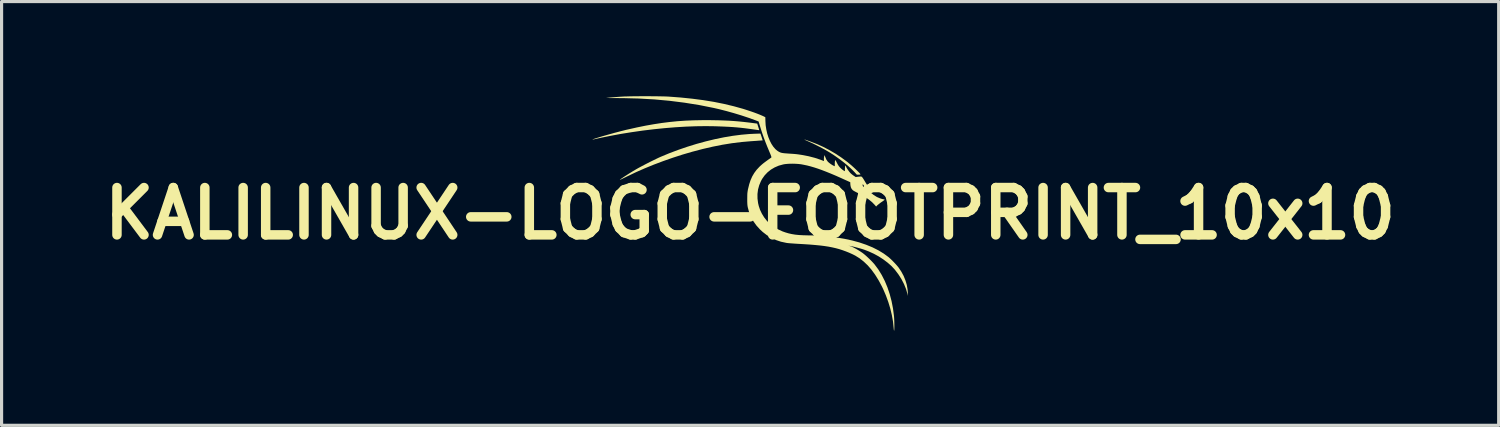
<source format=kicad_pcb>
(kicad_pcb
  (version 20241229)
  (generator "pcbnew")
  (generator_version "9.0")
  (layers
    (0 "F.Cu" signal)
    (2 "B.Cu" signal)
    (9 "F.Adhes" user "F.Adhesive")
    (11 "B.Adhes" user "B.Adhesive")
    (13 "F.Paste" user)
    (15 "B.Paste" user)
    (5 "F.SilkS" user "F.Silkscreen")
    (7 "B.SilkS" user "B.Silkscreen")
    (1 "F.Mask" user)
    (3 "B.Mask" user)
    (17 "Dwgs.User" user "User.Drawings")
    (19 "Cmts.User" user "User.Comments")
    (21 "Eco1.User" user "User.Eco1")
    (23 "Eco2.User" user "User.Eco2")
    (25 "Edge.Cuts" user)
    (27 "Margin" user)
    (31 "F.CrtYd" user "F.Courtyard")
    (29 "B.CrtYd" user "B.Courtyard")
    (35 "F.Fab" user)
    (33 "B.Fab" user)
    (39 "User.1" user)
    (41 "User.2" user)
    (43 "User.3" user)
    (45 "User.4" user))
  (footprint "KALILINUX-LOGO-FOOTPRINT_10x10"
    (layer "F.Cu")
    (at 20.729 3.717)
    (property "Reference" "KALILINUX-LOGO-FOOTPRINT_10x10" (at 0 0 0) (layer "F.SilkS") (effects (font (size 1.5 1.5) (thickness 0.3))))
    (attr board_only exclude_from_pos_files exclude_from_bom)
    (fp_poly (pts (xy 1.735 -2.341) (xy 1.766 -2.332) (xy 1.81 -2.317) (xy 1.862 -2.298) (xy 1.921 -2.277) (xy 1.983 -2.253) (xy 2.046 -2.229) (xy 2.106 -2.205) (xy 2.125 -2.198) (xy 2.317 -2.111) (xy 2.513 -2.009) (xy 2.706 -1.896) (xy 2.893 -1.772) (xy 3.068 -1.643) (xy 3.186 -1.546) (xy 3.234 -1.504) (xy 3.284 -1.459) (xy 3.333 -1.413) (xy 3.379 -1.369) (xy 3.421 -1.328) (xy 3.456 -1.293) (xy 3.481 -1.266) (xy 3.495 -1.248) (xy 3.497 -1.243) (xy 3.488 -1.235) (xy 3.461 -1.231) (xy 3.439 -1.231) (xy 3.381 -1.231) (xy 3.31 -1.31) (xy 3.229 -1.392) (xy 3.134 -1.481) (xy 3.027 -1.572) (xy 2.91 -1.665) (xy 2.787 -1.756) (xy 2.661 -1.844) (xy 2.534 -1.926) (xy 2.486 -1.955) (xy 2.404 -2.003) (xy 2.31 -2.055) (xy 2.207 -2.109) (xy 2.101 -2.163) (xy 1.998 -2.214) (xy 1.902 -2.258) (xy 1.837 -2.287) (xy 1.792 -2.307) (xy 1.755 -2.324) (xy 1.73 -2.336) (xy 1.719 -2.343) (xy 1.72 -2.344)) (stroke (width 0) (type solid)) (fill yes) (layer "F.SilkS"))
    (fp_poly (pts (xy 0.363 -2.425) (xy 0.398 -2.317) (xy 0.329 -2.312) (xy 0.298 -2.31) (xy 0.252 -2.307) (xy 0.195 -2.302) (xy 0.13 -2.298) (xy 0.061 -2.293) (xy 0.031 -2.291) (xy -0.271 -2.265) (xy -0.573 -2.228) (xy -0.876 -2.179) (xy -1.184 -2.118) (xy -1.5 -2.045) (xy -1.827 -1.959) (xy -1.831 -1.958) (xy -2.136 -1.869) (xy -2.443 -1.77) (xy -2.749 -1.663) (xy -3.049 -1.55) (xy -3.341 -1.431) (xy -3.621 -1.308) (xy -3.884 -1.182) (xy -3.895 -1.177) (xy -3.958 -1.146) (xy -4.014 -1.119) (xy -4.062 -1.095) (xy -4.099 -1.078) (xy -4.123 -1.067) (xy -4.132 -1.063) (xy -4.132 -1.063) (xy -4.124 -1.073) (xy -4.102 -1.091) (xy -4.066 -1.116) (xy -4.021 -1.147) (xy -3.967 -1.183) (xy -3.906 -1.222) (xy -3.842 -1.263) (xy -3.775 -1.304) (xy -3.709 -1.345) (xy -3.644 -1.383) (xy -3.605 -1.406) (xy -3.536 -1.445) (xy -3.454 -1.489) (xy -3.363 -1.537) (xy -3.266 -1.587) (xy -3.168 -1.637) (xy -3.072 -1.684) (xy -2.982 -1.728) (xy -2.903 -1.766) (xy -2.843 -1.793) (xy -2.565 -1.909) (xy -2.28 -2.016) (xy -1.991 -2.115) (xy -1.7 -2.205) (xy -1.408 -2.285) (xy -1.118 -2.355) (xy -0.832 -2.414) (xy -0.553 -2.461) (xy -0.282 -2.496) (xy -0.022 -2.519) (xy 0.142 -2.527) (xy 0.327 -2.533)) (stroke (width 0) (type solid)) (fill yes) (layer "F.SilkS"))
    (fp_poly (pts (xy -1.249 -2.958) (xy -1.202 -2.957) (xy -1.013 -2.954) (xy -0.839 -2.948) (xy -0.676 -2.941) (xy -0.519 -2.931) (xy -0.363 -2.918) (xy -0.206 -2.902) (xy -0.041 -2.883) (xy 0.056 -2.871) (xy 0.224 -2.849) (xy 0.257 -2.746) (xy 0.27 -2.704) (xy 0.28 -2.67) (xy 0.287 -2.648) (xy 0.289 -2.641) (xy 0.279 -2.641) (xy 0.253 -2.645) (xy 0.214 -2.65) (xy 0.164 -2.657) (xy 0.106 -2.665) (xy 0.093 -2.667) (xy -0.046 -2.686) (xy -0.175 -2.703) (xy -0.3 -2.717) (xy -0.424 -2.729) (xy -0.55 -2.739) (xy -0.682 -2.747) (xy -0.824 -2.754) (xy -0.978 -2.76) (xy -1.111 -2.765) (xy -1.406 -2.769) (xy -1.716 -2.765) (xy -2.038 -2.753) (xy -2.37 -2.733) (xy -2.709 -2.705) (xy -3.054 -2.67) (xy -3.401 -2.628) (xy -3.748 -2.578) (xy -4.093 -2.523) (xy -4.432 -2.46) (xy -4.714 -2.403) (xy -4.779 -2.389) (xy -4.84 -2.375) (xy -4.894 -2.363) (xy -4.936 -2.354) (xy -4.964 -2.347) (xy -4.972 -2.345) (xy -4.991 -2.341) (xy -4.997 -2.342) (xy -4.996 -2.344) (xy -4.981 -2.352) (xy -4.948 -2.365) (xy -4.901 -2.381) (xy -4.84 -2.4) (xy -4.768 -2.422) (xy -4.687 -2.447) (xy -4.598 -2.472) (xy -4.504 -2.499) (xy -4.406 -2.526) (xy -4.307 -2.554) (xy -4.207 -2.58) (xy -4.11 -2.606) (xy -4.017 -2.629) (xy -3.931 -2.651) (xy -3.867 -2.665) (xy -3.582 -2.729) (xy -3.311 -2.784) (xy -3.051 -2.83) (xy -2.798 -2.869) (xy -2.549 -2.9) (xy -2.301 -2.925) (xy -2.05 -2.942) (xy -1.793 -2.953) (xy -1.528 -2.958)) (stroke (width 0) (type solid)) (fill yes) (layer "F.SilkS"))
    (fp_poly (pts (xy -3.204 -3.717) (xy -3.08 -3.716) (xy -2.962 -3.715) (xy -2.853 -3.713) (xy -2.754 -3.711) (xy -2.668 -3.709) (xy -2.599 -3.705) (xy -2.589 -3.705) (xy -2.203 -3.676) (xy -1.834 -3.638) (xy -1.482 -3.592) (xy -1.145 -3.537) (xy -0.823 -3.472) (xy -0.515 -3.398) (xy -0.221 -3.316) (xy -0.081 -3.271) (xy 0.024 -3.236) (xy 0.125 -3.201) (xy 0.219 -3.166) (xy 0.303 -3.133) (xy 0.376 -3.102) (xy 0.433 -3.076) (xy 0.443 -3.071) (xy 0.481 -3.051) (xy 0.484 -2.925) (xy 0.492 -2.794) (xy 0.512 -2.664) (xy 0.54 -2.538) (xy 0.578 -2.418) (xy 0.624 -2.306) (xy 0.676 -2.204) (xy 0.735 -2.115) (xy 0.799 -2.041) (xy 0.854 -1.994) (xy 0.89 -1.969) (xy 0.923 -1.95) (xy 0.956 -1.935) (xy 0.994 -1.923) (xy 1.038 -1.915) (xy 1.094 -1.908) (xy 1.164 -1.903) (xy 1.216 -1.899) (xy 1.293 -1.894) (xy 1.354 -1.89) (xy 1.405 -1.886) (xy 1.45 -1.882) (xy 1.493 -1.877) (xy 1.538 -1.871) (xy 1.591 -1.863) (xy 1.655 -1.853) (xy 1.674 -1.85) (xy 1.859 -1.813) (xy 2.048 -1.764) (xy 2.232 -1.703) (xy 2.332 -1.664) (xy 2.338 -1.667) (xy 2.34 -1.685) (xy 2.338 -1.711) (xy 2.338 -1.758) (xy 2.345 -1.802) (xy 2.347 -1.807) (xy 2.36 -1.851) (xy 2.378 -1.798) (xy 2.412 -1.716) (xy 2.456 -1.65) (xy 2.473 -1.632) (xy 2.508 -1.602) (xy 2.551 -1.57) (xy 2.596 -1.54) (xy 2.637 -1.517) (xy 2.649 -1.512) (xy 2.683 -1.497) (xy 2.683 -1.577) (xy 2.684 -1.617) (xy 2.688 -1.653) (xy 2.692 -1.677) (xy 2.693 -1.679) (xy 2.698 -1.688) (xy 2.704 -1.689) (xy 2.712 -1.679) (xy 2.724 -1.657) (xy 2.743 -1.62) (xy 2.75 -1.606) (xy 2.779 -1.551) (xy 2.807 -1.507) (xy 2.839 -1.468) (xy 2.861 -1.445) (xy 2.895 -1.413) (xy 2.929 -1.385) (xy 2.957 -1.365) (xy 2.965 -1.36) (xy 3.004 -1.34) (xy 3.004 -1.415) (xy 3.006 -1.454) (xy 3.01 -1.487) (xy 3.015 -1.507) (xy 3.015 -1.508) (xy 3.023 -1.518) (xy 3.029 -1.515) (xy 3.037 -1.495) (xy 3.038 -1.491) (xy 3.054 -1.454) (xy 3.081 -1.409) (xy 3.114 -1.361) (xy 3.149 -1.315) (xy 3.183 -1.277) (xy 3.191 -1.269) (xy 3.227 -1.238) (xy 3.268 -1.207) (xy 3.293 -1.19) (xy 3.346 -1.155) (xy 3.425 -1.165) (xy 3.465 -1.169) (xy 3.5 -1.171) (xy 3.524 -1.17) (xy 3.527 -1.169) (xy 3.54 -1.161) (xy 3.557 -1.143) (xy 3.579 -1.112) (xy 3.607 -1.067) (xy 3.627 -1.033) (xy 3.658 -0.982) (xy 3.689 -0.932) (xy 3.718 -0.887) (xy 3.742 -0.853) (xy 3.747 -0.845) (xy 3.778 -0.803) (xy 3.797 -0.773) (xy 3.804 -0.751) (xy 3.802 -0.735) (xy 3.79 -0.723) (xy 3.79 -0.723) (xy 3.779 -0.714) (xy 3.777 -0.705) (xy 3.785 -0.694) (xy 3.805 -0.675) (xy 3.816 -0.665) (xy 3.917 -0.585) (xy 4.017 -0.523) (xy 4.112 -0.482) (xy 4.155 -0.468) (xy 4.193 -0.457) (xy 4.222 -0.451) (xy 4.232 -0.449) (xy 4.255 -0.447) (xy 4.261 -0.438) (xy 4.25 -0.423) (xy 4.221 -0.401) (xy 4.213 -0.395) (xy 4.171 -0.367) (xy 4.126 -0.335) (xy 4.084 -0.302) (xy 4.047 -0.273) (xy 4.02 -0.249) (xy 4.012 -0.24) (xy 3.994 -0.22) (xy 3.945 -0.276) (xy 3.865 -0.358) (xy 3.768 -0.438) (xy 3.657 -0.515) (xy 3.535 -0.588) (xy 3.434 -0.64) (xy 3.382 -0.665) (xy 3.334 -0.69) (xy 3.294 -0.712) (xy 3.265 -0.73) (xy 3.255 -0.737) (xy 3.217 -0.78) (xy 3.192 -0.833) (xy 3.179 -0.897) (xy 3.566 -0.897) (xy 3.569 -0.877) (xy 3.58 -0.856) (xy 3.603 -0.832) (xy 3.617 -0.819) (xy 3.647 -0.791) (xy 3.665 -0.776) (xy 3.672 -0.773) (xy 3.669 -0.781) (xy 3.667 -0.784) (xy 3.647 -0.817) (xy 3.625 -0.852) (xy 3.603 -0.884) (xy 3.585 -0.91) (xy 3.574 -0.925) (xy 3.571 -0.928) (xy 3.567 -0.92) (xy 3.566 -0.899) (xy 3.566 -0.897) (xy 3.179 -0.897) (xy 3.179 -0.899) (xy 3.177 -0.918) (xy 3.173 -0.992) (xy 3.088 -1.03) (xy 2.898 -1.116) (xy 2.723 -1.194) (xy 2.562 -1.262) (xy 2.414 -1.322) (xy 2.276 -1.375) (xy 2.148 -1.421) (xy 2.028 -1.46) (xy 1.915 -1.493) (xy 1.807 -1.521) (xy 1.702 -1.543) (xy 1.612 -1.56) (xy 1.535 -1.569) (xy 1.448 -1.575) (xy 1.356 -1.578) (xy 1.263 -1.577) (xy 1.175 -1.572) (xy 1.098 -1.564) (xy 1.049 -1.555) (xy 0.907 -1.516) (xy 0.777 -1.46) (xy 0.658 -1.39) (xy 0.553 -1.306) (xy 0.46 -1.208) (xy 0.381 -1.097) (xy 0.343 -1.028) (xy 0.288 -0.897) (xy 0.25 -0.76) (xy 0.232 -0.618) (xy 0.233 -0.474) (xy 0.252 -0.327) (xy 0.274 -0.234) (xy 0.315 -0.113) (xy 0.373 0.008) (xy 0.443 0.122) (xy 0.525 0.227) (xy 0.613 0.318) (xy 0.632 0.334) (xy 0.754 0.426) (xy 0.884 0.503) (xy 1.026 0.568) (xy 1.119 0.601) (xy 1.218 0.63) (xy 1.32 0.653) (xy 1.429 0.671) (xy 1.548 0.683) (xy 1.679 0.69) (xy 1.825 0.694) (xy 1.851 0.694) (xy 1.974 0.696) (xy 2.111 0.702) (xy 2.258 0.712) (xy 2.41 0.726) (xy 2.563 0.741) (xy 2.711 0.76) (xy 2.851 0.78) (xy 2.977 0.801) (xy 2.983 0.802) (xy 3.23 0.855) (xy 3.462 0.918) (xy 3.679 0.992) (xy 3.881 1.075) (xy 4.067 1.169) (xy 4.236 1.272) (xy 4.388 1.384) (xy 4.43 1.421) (xy 4.481 1.469) (xy 4.535 1.523) (xy 4.589 1.579) (xy 4.639 1.634) (xy 4.681 1.683) (xy 4.702 1.709) (xy 4.79 1.84) (xy 4.864 1.977) (xy 4.922 2.119) (xy 4.965 2.262) (xy 4.99 2.404) (xy 4.997 2.496) (xy 5.001 2.613) (xy 4.986 2.55) (xy 4.942 2.396) (xy 4.879 2.242) (xy 4.8 2.088) (xy 4.706 1.939) (xy 4.599 1.797) (xy 4.584 1.778) (xy 4.48 1.666) (xy 4.358 1.559) (xy 4.223 1.457) (xy 4.077 1.362) (xy 3.921 1.277) (xy 3.759 1.203) (xy 3.618 1.149) (xy 3.57 1.133) (xy 3.514 1.116) (xy 3.454 1.099) (xy 3.392 1.082) (xy 3.332 1.066) (xy 3.277 1.052) (xy 3.228 1.041) (xy 3.19 1.033) (xy 3.166 1.029) (xy 3.158 1.03) (xy 3.16 1.035) (xy 3.164 1.036) (xy 3.189 1.041) (xy 3.226 1.056) (xy 3.274 1.078) (xy 3.329 1.107) (xy 3.388 1.14) (xy 3.449 1.176) (xy 3.508 1.214) (xy 3.562 1.251) (xy 3.585 1.268) (xy 3.627 1.302) (xy 3.679 1.347) (xy 3.735 1.399) (xy 3.793 1.454) (xy 3.849 1.51) (xy 3.898 1.562) (xy 3.937 1.606) (xy 3.942 1.612) (xy 4.062 1.773) (xy 4.171 1.95) (xy 4.268 2.14) (xy 4.352 2.342) (xy 4.424 2.556) (xy 4.483 2.779) (xy 4.528 3.01) (xy 4.559 3.248) (xy 4.562 3.282) (xy 4.565 3.331) (xy 4.568 3.387) (xy 4.57 3.448) (xy 4.571 3.509) (xy 4.572 3.568) (xy 4.571 3.621) (xy 4.57 3.665) (xy 4.568 3.697) (xy 4.565 3.715) (xy 4.564 3.716) (xy 4.56 3.71) (xy 4.555 3.687) (xy 4.551 3.653) (xy 4.549 3.627) (xy 4.529 3.43) (xy 4.493 3.225) (xy 4.443 3.016) (xy 4.379 2.806) (xy 4.303 2.598) (xy 4.216 2.395) (xy 4.175 2.311) (xy 4.071 2.117) (xy 3.962 1.942) (xy 3.848 1.785) (xy 3.728 1.646) (xy 3.602 1.526) (xy 3.47 1.422) (xy 3.332 1.336) (xy 3.243 1.291) (xy 3.136 1.243) (xy 3.031 1.201) (xy 2.926 1.163) (xy 2.821 1.129) (xy 2.713 1.1) (xy 2.599 1.074) (xy 2.479 1.051) (xy 2.349 1.031) (xy 2.253 1.019) (xy 3.129 1.019) (xy 3.131 1.025) (xy 3.136 1.026) (xy 3.144 1.022) (xy 3.142 1.019) (xy 3.131 1.018) (xy 3.129 1.019) (xy 2.253 1.019) (xy 2.209 1.014) (xy 2.056 0.999) (xy 1.889 0.985) (xy 1.705 0.973) (xy 1.602 0.967) (xy 1.515 0.962) (xy 1.431 0.957) (xy 1.352 0.951) (xy 1.281 0.946) (xy 1.221 0.941) (xy 1.175 0.936) (xy 1.148 0.932) (xy 0.977 0.895) (xy 0.818 0.842) (xy 0.669 0.773) (xy 0.529 0.687) (xy 0.397 0.585) (xy 0.312 0.506) (xy 0.199 0.381) (xy 0.104 0.249) (xy 0.027 0.109) (xy -0.033 -0.039) (xy -0.075 -0.195) (xy -0.082 -0.233) (xy -0.087 -0.274) (xy -0.09 -0.322) (xy -0.092 -0.381) (xy -0.092 -0.455) (xy -0.092 -0.469) (xy -0.091 -0.54) (xy -0.09 -0.596) (xy -0.088 -0.641) (xy -0.083 -0.682) (xy -0.077 -0.722) (xy -0.069 -0.767) (xy -0.065 -0.782) (xy -0.029 -0.928) (xy 0.014 -1.058) (xy 0.066 -1.175) (xy 0.129 -1.282) (xy 0.203 -1.382) (xy 0.291 -1.477) (xy 0.306 -1.492) (xy 0.341 -1.524) (xy 0.377 -1.556) (xy 0.417 -1.589) (xy 0.463 -1.624) (xy 0.517 -1.664) (xy 0.583 -1.712) (xy 0.662 -1.767) (xy 0.67 -1.773) (xy 0.674 -1.779) (xy 0.673 -1.791) (xy 0.668 -1.812) (xy 0.657 -1.842) (xy 0.64 -1.886) (xy 0.615 -1.944) (xy 0.607 -1.964) (xy 0.54 -2.124) (xy 0.481 -2.274) (xy 0.427 -2.418) (xy 0.377 -2.563) (xy 0.329 -2.714) (xy 0.281 -2.872) (xy 0.269 -2.915) (xy 0.171 -2.953) (xy -0.044 -3.031) (xy -0.273 -3.107) (xy -0.51 -3.179) (xy -0.749 -3.246) (xy -0.983 -3.306) (xy -1.153 -3.345) (xy -1.614 -3.437) (xy -2.082 -3.512) (xy -2.557 -3.572) (xy -3.04 -3.616) (xy -3.534 -3.644) (xy -4.037 -3.657) (xy -4.139 -3.657) (xy -4.227 -3.658) (xy -4.31 -3.658) (xy -4.383 -3.659) (xy -4.447 -3.659) (xy -4.497 -3.66) (xy -4.534 -3.66) (xy -4.554 -3.661) (xy -4.558 -3.661) (xy -4.547 -3.664) (xy -4.519 -3.667) (xy -4.477 -3.672) (xy -4.424 -3.677) (xy -4.362 -3.682) (xy -4.295 -3.688) (xy -4.224 -3.693) (xy -4.154 -3.698) (xy -4.086 -3.703) (xy -4.059 -3.704) (xy -3.99 -3.708) (xy -3.905 -3.71) (xy -3.806 -3.713) (xy -3.697 -3.715) (xy -3.579 -3.716) (xy -3.456 -3.717) (xy -3.33 -3.717)) (stroke (width 0) (type solid)) (fill yes) (layer "F.SilkS")))
  (gr_rect
    (start -3 -3)
    (end 44.457 10.433)
    (stroke (width 0.1) (type default))
    (fill no)
    (layer "Edge.Cuts")))
</source>
